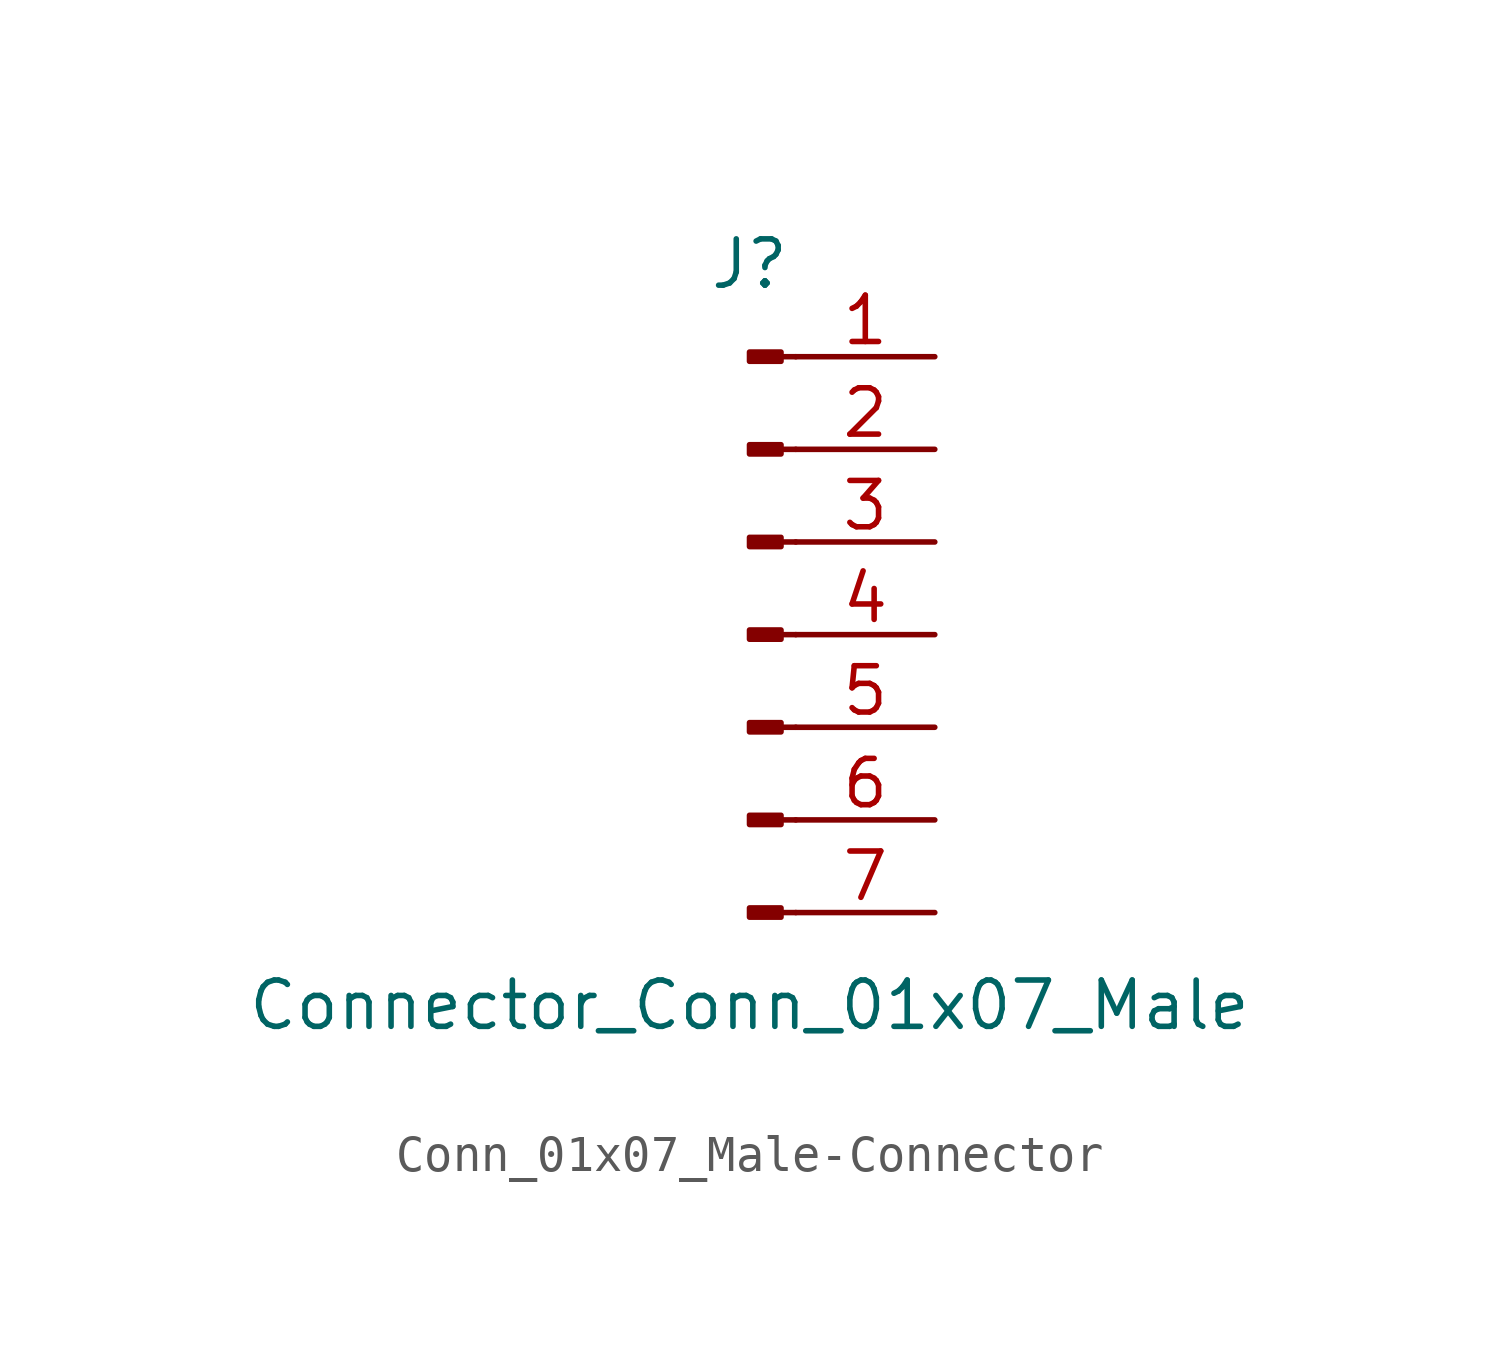
<source format=kicad_sym>
(kicad_symbol_lib
  (version 20220914)
  (generator kicad_symbol_editor)
  (symbol "Conn_01x07_Male-Connector"
    (pin_names
      (offset 1.016) hide)
    (property "Reference" "J"
      (at 0 10.16 0)
      (effects (font (size 1.27 1.27))))
    (property "Value" "Connector_Conn_01x07_Male"
      (at 0 -10.16 0)
      (effects (font (size 1.27 1.27))))
    (symbol "Conn_01x07_Male-Connector_1_1"
      (polyline (pts (xy 1.27 -7.62) (xy 0.864 -7.62)) (stroke (width 0.152) (type solid)) (fill (type none)))
      (polyline (pts (xy 1.27 -5.08) (xy 0.864 -5.08)) (stroke (width 0.152) (type solid)) (fill (type none)))
      (polyline (pts (xy 1.27 -2.54) (xy 0.864 -2.54)) (stroke (width 0.152) (type solid)) (fill (type none)))
      (polyline (pts (xy 1.27 0) (xy 0.864 0)) (stroke (width 0.152) (type solid)) (fill (type none)))
      (polyline (pts (xy 1.27 2.54) (xy 0.864 2.54)) (stroke (width 0.152) (type solid)) (fill (type none)))
      (polyline (pts (xy 1.27 5.08) (xy 0.864 5.08)) (stroke (width 0.152) (type solid)) (fill (type none)))
      (polyline (pts (xy 1.27 7.62) (xy 0.864 7.62)) (stroke (width 0.152) (type solid)) (fill (type none)))
      (rectangle (start 0.864 -7.493) (end 0 -7.747) (stroke (width 0.152) (type solid)) (fill (type outline)))
      (rectangle (start 0.864 -4.953) (end 0 -5.207) (stroke (width 0.152) (type solid)) (fill (type outline)))
      (rectangle (start 0.864 -2.413) (end 0 -2.667) (stroke (width 0.152) (type solid)) (fill (type outline)))
      (rectangle (start 0.864 0.127) (end 0 -0.127) (stroke (width 0.152) (type solid)) (fill (type outline)))
      (rectangle (start 0.864 2.667) (end 0 2.413) (stroke (width 0.152) (type solid)) (fill (type outline)))
      (rectangle (start 0.864 5.207) (end 0 4.953) (stroke (width 0.152) (type solid)) (fill (type outline)))
      (rectangle (start 0.864 7.747) (end 0 7.493) (stroke (width 0.152) (type solid)) (fill (type outline)))
      (pin passive line (at 5.08 7.62 180) (length 3.81) (name "Pin_1" (effects (font (size 1.27 1.27)))) (number "1" (effects (font (size 1.27 1.27)))))
      (pin passive line (at 5.08 5.08 180) (length 3.81) (name "Pin_2" (effects (font (size 1.27 1.27)))) (number "2" (effects (font (size 1.27 1.27)))))
      (pin passive line (at 5.08 2.54 180) (length 3.81) (name "Pin_3" (effects (font (size 1.27 1.27)))) (number "3" (effects (font (size 1.27 1.27)))))
      (pin passive line (at 5.08 0 180) (length 3.81) (name "Pin_4" (effects (font (size 1.27 1.27)))) (number "4" (effects (font (size 1.27 1.27)))))
      (pin passive line (at 5.08 -2.54 180) (length 3.81) (name "Pin_5" (effects (font (size 1.27 1.27)))) (number "5" (effects (font (size 1.27 1.27)))))
      (pin passive line (at 5.08 -5.08 180) (length 3.81) (name "Pin_6" (effects (font (size 1.27 1.27)))) (number "6" (effects (font (size 1.27 1.27)))))
      (pin passive line (at 5.08 -7.62 180) (length 3.81) (name "Pin_7" (effects (font (size 1.27 1.27)))) (number "7" (effects (font (size 1.27 1.27))))))))
</source>
